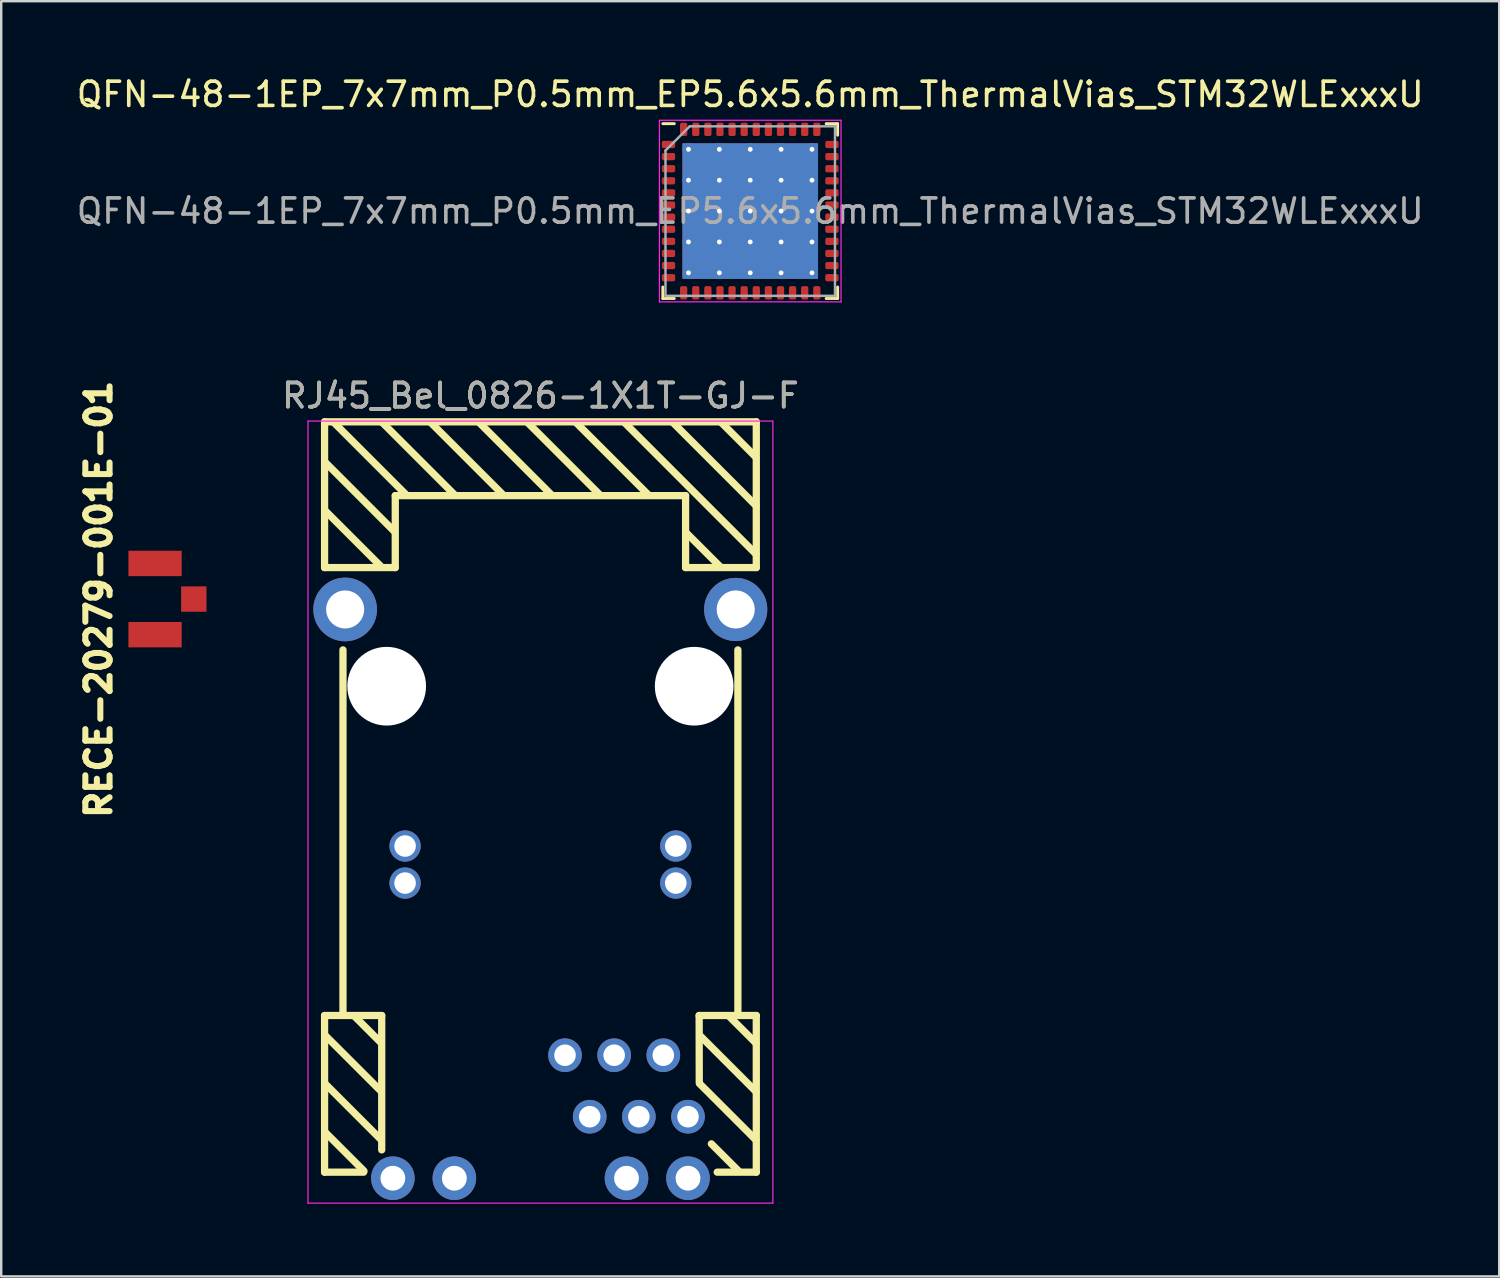
<source format=kicad_pcb>
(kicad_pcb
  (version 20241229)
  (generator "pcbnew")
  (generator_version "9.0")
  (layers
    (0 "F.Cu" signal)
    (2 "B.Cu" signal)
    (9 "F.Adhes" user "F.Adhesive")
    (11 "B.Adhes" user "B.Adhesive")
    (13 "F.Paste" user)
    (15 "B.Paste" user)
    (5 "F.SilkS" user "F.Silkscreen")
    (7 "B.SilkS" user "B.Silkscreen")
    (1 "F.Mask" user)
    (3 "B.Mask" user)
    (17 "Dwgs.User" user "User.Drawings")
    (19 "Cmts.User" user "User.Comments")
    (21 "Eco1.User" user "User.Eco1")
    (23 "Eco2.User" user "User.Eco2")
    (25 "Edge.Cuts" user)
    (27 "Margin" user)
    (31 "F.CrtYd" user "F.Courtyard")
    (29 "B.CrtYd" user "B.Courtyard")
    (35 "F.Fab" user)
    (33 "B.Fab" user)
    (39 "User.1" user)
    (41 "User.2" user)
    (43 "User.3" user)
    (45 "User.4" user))
  (footprint "QFN-48-1EP_7x7mm_P0.5mm_EP5.6x5.6mm_ThermalVias_STM32WLExxxU"
    (layer "F.Cu")
    (at 27.935 5.668)
    (property "Reference" "QFN-48-1EP_7x7mm_P0.5mm_EP5.6x5.6mm_ThermalVias_STM32WLExxxU" (at 0 -4.82 0) (layer "F.SilkS") (effects (font (size 1 1) (thickness 0.15))))
    (attr smd)
    (fp_line (start -3.61 3.61) (end -3.61 3.135) (stroke (width 0.12) (type solid)) (layer "F.SilkS"))
    (fp_line (start -3.135 -3.61) (end -3.61 -3.61) (stroke (width 0.12) (type solid)) (layer "F.SilkS"))
    (fp_line (start -3.135 3.61) (end -3.61 3.61) (stroke (width 0.12) (type solid)) (layer "F.SilkS"))
    (fp_line (start 3.135 -3.61) (end 3.61 -3.61) (stroke (width 0.12) (type solid)) (layer "F.SilkS"))
    (fp_line (start 3.135 3.61) (end 3.61 3.61) (stroke (width 0.12) (type solid)) (layer "F.SilkS"))
    (fp_line (start 3.61 -3.61) (end 3.61 -3.135) (stroke (width 0.12) (type solid)) (layer "F.SilkS"))
    (fp_line (start 3.61 3.61) (end 3.61 3.135) (stroke (width 0.12) (type solid)) (layer "F.SilkS"))
    (fp_line (start -3.75 -3.75) (end -3.75 3.75) (stroke (width 0.05) (type solid)) (layer "F.CrtYd"))
    (fp_line (start -3.75 3.75) (end 3.75 3.75) (stroke (width 0.05) (type solid)) (layer "F.CrtYd"))
    (fp_line (start 3.75 -3.75) (end -3.75 -3.75) (stroke (width 0.05) (type solid)) (layer "F.CrtYd"))
    (fp_line (start 3.75 3.75) (end 3.75 -3.75) (stroke (width 0.05) (type solid)) (layer "F.CrtYd"))
    (fp_line (start -3.5 -2.5) (end -2.5 -3.5) (stroke (width 0.1) (type solid)) (layer "F.Fab"))
    (fp_line (start -3.5 3.5) (end -3.5 -2.5) (stroke (width 0.1) (type solid)) (layer "F.Fab"))
    (fp_line (start -2.5 -3.5) (end 3.5 -3.5) (stroke (width 0.1) (type solid)) (layer "F.Fab"))
    (fp_line (start 3.5 -3.5) (end 3.5 3.5) (stroke (width 0.1) (type solid)) (layer "F.Fab"))
    (fp_line (start 3.5 3.5) (end -3.5 3.5) (stroke (width 0.1) (type solid)) (layer "F.Fab"))
    (fp_text user "${REFERENCE}" (at 0 0 0) (layer "F.Fab") (effects (font (size 1 1) (thickness 0.15))))
    (pad "" smd roundrect (at -1.913 -1.913) (size 0.8 0.8) (layers "F.Paste") (roundrect_rratio 0.231))
    (pad "" smd roundrect (at -1.913 -0.637) (size 0.8 0.8) (layers "F.Paste") (roundrect_rratio 0.231))
    (pad "" smd roundrect (at -1.913 0.637) (size 0.8 0.8) (layers "F.Paste") (roundrect_rratio 0.231))
    (pad "" smd roundrect (at -1.913 1.913) (size 0.8 0.8) (layers "F.Paste") (roundrect_rratio 0.231))
    (pad "" smd roundrect (at -0.637 -1.913) (size 0.8 0.8) (layers "F.Paste") (roundrect_rratio 0.231))
    (pad "" smd roundrect (at -0.637 -0.637) (size 0.8 0.8) (layers "F.Paste") (roundrect_rratio 0.231))
    (pad "" smd roundrect (at -0.637 0.637) (size 0.8 0.8) (layers "F.Paste") (roundrect_rratio 0.231))
    (pad "" smd roundrect (at -0.637 1.913) (size 0.8 0.8) (layers "F.Paste") (roundrect_rratio 0.231))
    (pad "" smd roundrect (at 0.637 -1.913) (size 0.8 0.8) (layers "F.Paste") (roundrect_rratio 0.231))
    (pad "" smd roundrect (at 0.637 -0.637) (size 0.8 0.8) (layers "F.Paste") (roundrect_rratio 0.231))
    (pad "" smd roundrect (at 0.637 0.637) (size 0.8 0.8) (layers "F.Paste") (roundrect_rratio 0.231))
    (pad "" smd roundrect (at 0.637 1.913) (size 0.8 0.8) (layers "F.Paste") (roundrect_rratio 0.231))
    (pad "" smd roundrect (at 1.913 -1.913) (size 0.8 0.8) (layers "F.Paste") (roundrect_rratio 0.231))
    (pad "" smd roundrect (at 1.913 -0.637) (size 0.8 0.8) (layers "F.Paste") (roundrect_rratio 0.231))
    (pad "" smd roundrect (at 1.913 0.637) (size 0.8 0.8) (layers "F.Paste") (roundrect_rratio 0.231))
    (pad "" smd roundrect (at 1.913 1.913) (size 0.8 0.8) (layers "F.Paste") (roundrect_rratio 0.231))
    (pad "1" smd roundrect (at -3.375 -2.75) (size 0.55 0.3) (layers "F.Cu" "F.Mask" "F.Paste") (roundrect_rratio 0.25))
    (pad "2" smd roundrect (at -3.375 -2.25) (size 0.55 0.3) (layers "F.Cu" "F.Mask" "F.Paste") (roundrect_rratio 0.25))
    (pad "3" smd roundrect (at -3.375 -1.75) (size 0.55 0.3) (layers "F.Cu" "F.Mask" "F.Paste") (roundrect_rratio 0.25))
    (pad "4" smd roundrect (at -3.375 -1.25) (size 0.55 0.3) (layers "F.Cu" "F.Mask" "F.Paste") (roundrect_rratio 0.25))
    (pad "5" smd roundrect (at -3.375 -0.75) (size 0.55 0.3) (layers "F.Cu" "F.Mask" "F.Paste") (roundrect_rratio 0.25))
    (pad "6" smd roundrect (at -3.375 -0.25) (size 0.55 0.3) (layers "F.Cu" "F.Mask" "F.Paste") (roundrect_rratio 0.25))
    (pad "7" smd roundrect (at -3.375 0.25) (size 0.55 0.3) (layers "F.Cu" "F.Mask" "F.Paste") (roundrect_rratio 0.25))
    (pad "8" smd roundrect (at -3.375 0.75) (size 0.55 0.3) (layers "F.Cu" "F.Mask" "F.Paste") (roundrect_rratio 0.25))
    (pad "9" smd roundrect (at -3.375 1.25) (size 0.55 0.3) (layers "F.Cu" "F.Mask" "F.Paste") (roundrect_rratio 0.25))
    (pad "10" smd roundrect (at -3.375 1.75) (size 0.55 0.3) (layers "F.Cu" "F.Mask" "F.Paste") (roundrect_rratio 0.25))
    (pad "11" smd roundrect (at -3.375 2.25) (size 0.55 0.3) (layers "F.Cu" "F.Mask" "F.Paste") (roundrect_rratio 0.25))
    (pad "12" smd roundrect (at -3.375 2.75) (size 0.55 0.3) (layers "F.Cu" "F.Mask" "F.Paste") (roundrect_rratio 0.25))
    (pad "13" smd roundrect (at -2.75 3.375) (size 0.3 0.55) (layers "F.Cu" "F.Mask" "F.Paste") (roundrect_rratio 0.25))
    (pad "14" smd roundrect (at -2.25 3.375) (size 0.3 0.55) (layers "F.Cu" "F.Mask" "F.Paste") (roundrect_rratio 0.25))
    (pad "15" smd roundrect (at -1.75 3.375) (size 0.3 0.55) (layers "F.Cu" "F.Mask" "F.Paste") (roundrect_rratio 0.25))
    (pad "16" smd roundrect (at -1.25 3.375) (size 0.3 0.55) (layers "F.Cu" "F.Mask" "F.Paste") (roundrect_rratio 0.25))
    (pad "17" smd roundrect (at -0.75 3.375) (size 0.3 0.55) (layers "F.Cu" "F.Mask" "F.Paste") (roundrect_rratio 0.25))
    (pad "18" smd roundrect (at -0.25 3.375) (size 0.3 0.55) (layers "F.Cu" "F.Mask" "F.Paste") (roundrect_rratio 0.25))
    (pad "19" smd roundrect (at 0.25 3.375) (size 0.3 0.55) (layers "F.Cu" "F.Mask" "F.Paste") (roundrect_rratio 0.25))
    (pad "20" smd roundrect (at 0.75 3.375) (size 0.3 0.55) (layers "F.Cu" "F.Mask" "F.Paste") (roundrect_rratio 0.25))
    (pad "21" smd roundrect (at 1.25 3.375) (size 0.3 0.55) (layers "F.Cu" "F.Mask" "F.Paste") (roundrect_rratio 0.25))
    (pad "22" smd roundrect (at 1.75 3.375) (size 0.3 0.55) (layers "F.Cu" "F.Mask" "F.Paste") (roundrect_rratio 0.25))
    (pad "23" smd roundrect (at 2.25 3.375) (size 0.3 0.55) (layers "F.Cu" "F.Mask" "F.Paste") (roundrect_rratio 0.25))
    (pad "24" smd roundrect (at 2.75 3.375) (size 0.3 0.55) (layers "F.Cu" "F.Mask" "F.Paste") (roundrect_rratio 0.25))
    (pad "25" smd roundrect (at 3.375 2.75) (size 0.55 0.3) (layers "F.Cu" "F.Mask" "F.Paste") (roundrect_rratio 0.25))
    (pad "26" smd roundrect (at 3.375 2.25) (size 0.55 0.3) (layers "F.Cu" "F.Mask" "F.Paste") (roundrect_rratio 0.25))
    (pad "27" smd roundrect (at 3.375 1.75) (size 0.55 0.3) (layers "F.Cu" "F.Mask" "F.Paste") (roundrect_rratio 0.25))
    (pad "28" smd roundrect (at 3.375 1.25) (size 0.55 0.3) (layers "F.Cu" "F.Mask" "F.Paste") (roundrect_rratio 0.25))
    (pad "29" smd roundrect (at 3.375 0.75) (size 0.55 0.3) (layers "F.Cu" "F.Mask" "F.Paste") (roundrect_rratio 0.25))
    (pad "30" smd roundrect (at 3.375 0.25) (size 0.55 0.3) (layers "F.Cu" "F.Mask" "F.Paste") (roundrect_rratio 0.25))
    (pad "31" smd roundrect (at 3.375 -0.25) (size 0.55 0.3) (layers "F.Cu" "F.Mask" "F.Paste") (roundrect_rratio 0.25))
    (pad "32" smd roundrect (at 3.375 -0.75) (size 0.55 0.3) (layers "F.Cu" "F.Mask" "F.Paste") (roundrect_rratio 0.25))
    (pad "33" smd roundrect (at 3.375 -1.25) (size 0.55 0.3) (layers "F.Cu" "F.Mask" "F.Paste") (roundrect_rratio 0.25))
    (pad "34" smd roundrect (at 3.375 -1.75) (size 0.55 0.3) (layers "F.Cu" "F.Mask" "F.Paste") (roundrect_rratio 0.25))
    (pad "35" smd roundrect (at 3.375 -2.25) (size 0.55 0.3) (layers "F.Cu" "F.Mask" "F.Paste") (roundrect_rratio 0.25))
    (pad "36" smd roundrect (at 3.375 -2.75) (size 0.55 0.3) (layers "F.Cu" "F.Mask" "F.Paste") (roundrect_rratio 0.25))
    (pad "37" smd roundrect (at 2.75 -3.375) (size 0.3 0.55) (layers "F.Cu" "F.Mask" "F.Paste") (roundrect_rratio 0.25))
    (pad "38" smd roundrect (at 2.25 -3.375) (size 0.3 0.55) (layers "F.Cu" "F.Mask" "F.Paste") (roundrect_rratio 0.25))
    (pad "39" smd roundrect (at 1.75 -3.375) (size 0.3 0.55) (layers "F.Cu" "F.Mask" "F.Paste") (roundrect_rratio 0.25))
    (pad "40" smd roundrect (at 1.25 -3.375) (size 0.3 0.55) (layers "F.Cu" "F.Mask" "F.Paste") (roundrect_rratio 0.25))
    (pad "41" smd roundrect (at 0.75 -3.375) (size 0.3 0.55) (layers "F.Cu" "F.Mask" "F.Paste") (roundrect_rratio 0.25))
    (pad "42" smd roundrect (at 0.25 -3.375) (size 0.3 0.55) (layers "F.Cu" "F.Mask" "F.Paste") (roundrect_rratio 0.25))
    (pad "43" smd roundrect (at -0.25 -3.375) (size 0.3 0.55) (layers "F.Cu" "F.Mask" "F.Paste") (roundrect_rratio 0.25))
    (pad "44" smd roundrect (at -0.75 -3.375) (size 0.3 0.55) (layers "F.Cu" "F.Mask" "F.Paste") (roundrect_rratio 0.25))
    (pad "45" smd roundrect (at -1.25 -3.375) (size 0.3 0.55) (layers "F.Cu" "F.Mask" "F.Paste") (roundrect_rratio 0.25))
    (pad "46" smd roundrect (at -1.75 -3.375) (size 0.3 0.55) (layers "F.Cu" "F.Mask" "F.Paste") (roundrect_rratio 0.25))
    (pad "47" smd roundrect (at -2.25 -3.375) (size 0.3 0.55) (layers "F.Cu" "F.Mask" "F.Paste") (roundrect_rratio 0.25))
    (pad "48" smd roundrect (at -2.75 -3.375) (size 0.3 0.55) (layers "F.Cu" "F.Mask" "F.Paste") (roundrect_rratio 0.25))
    (pad "49" thru_hole circle (at -2.55 -2.55) (size 0.5 0.5) (drill 0.2) (layers "*.Cu"))
    (pad "49" thru_hole circle (at -2.55 -1.275) (size 0.5 0.5) (drill 0.2) (layers "*.Cu"))
    (pad "49" thru_hole circle (at -2.55 0) (size 0.5 0.5) (drill 0.2) (layers "*.Cu"))
    (pad "49" thru_hole circle (at -2.55 1.275) (size 0.5 0.5) (drill 0.2) (layers "*.Cu"))
    (pad "49" thru_hole circle (at -2.55 2.55) (size 0.5 0.5) (drill 0.2) (layers "*.Cu"))
    (pad "49" thru_hole circle (at -1.275 -2.55) (size 0.5 0.5) (drill 0.2) (layers "*.Cu"))
    (pad "49" thru_hole circle (at -1.275 -1.275) (size 0.5 0.5) (drill 0.2) (layers "*.Cu"))
    (pad "49" thru_hole circle (at -1.275 0) (size 0.5 0.5) (drill 0.2) (layers "*.Cu"))
    (pad "49" thru_hole circle (at -1.275 1.275) (size 0.5 0.5) (drill 0.2) (layers "*.Cu"))
    (pad "49" thru_hole circle (at -1.275 2.55) (size 0.5 0.5) (drill 0.2) (layers "*.Cu"))
    (pad "49" thru_hole circle (at 0 -2.55) (size 0.5 0.5) (drill 0.2) (layers "*.Cu"))
    (pad "49" thru_hole circle (at 0 -1.275) (size 0.5 0.5) (drill 0.2) (layers "*.Cu"))
    (pad "49" thru_hole circle (at 0 0) (size 0.5 0.5) (drill 0.2) (layers "*.Cu"))
    (pad "49" smd rect (at 0 0) (size 5.6 5.6) (layers "F.Cu" "F.Mask"))
    (pad "49" smd rect (at 0 0) (size 5.6 5.6) (layers "B.Cu"))
    (pad "49" thru_hole circle (at 0 1.275) (size 0.5 0.5) (drill 0.2) (layers "*.Cu"))
    (pad "49" thru_hole circle (at 0 2.55) (size 0.5 0.5) (drill 0.2) (layers "*.Cu"))
    (pad "49" thru_hole circle (at 1.275 -2.55) (size 0.5 0.5) (drill 0.2) (layers "*.Cu"))
    (pad "49" thru_hole circle (at 1.275 -1.275) (size 0.5 0.5) (drill 0.2) (layers "*.Cu"))
    (pad "49" thru_hole circle (at 1.275 0) (size 0.5 0.5) (drill 0.2) (layers "*.Cu"))
    (pad "49" thru_hole circle (at 1.275 1.275) (size 0.5 0.5) (drill 0.2) (layers "*.Cu"))
    (pad "49" thru_hole circle (at 1.275 2.55) (size 0.5 0.5) (drill 0.2) (layers "*.Cu"))
    (pad "49" thru_hole circle (at 2.55 -2.55) (size 0.5 0.5) (drill 0.2) (layers "*.Cu"))
    (pad "49" thru_hole circle (at 2.55 -1.275) (size 0.5 0.5) (drill 0.2) (layers "*.Cu"))
    (pad "49" thru_hole circle (at 2.55 0) (size 0.5 0.5) (drill 0.2) (layers "*.Cu"))
    (pad "49" thru_hole circle (at 2.55 1.275) (size 0.5 0.5) (drill 0.2) (layers "*.Cu"))
    (pad "49" thru_hole circle (at 2.55 2.55) (size 0.5 0.5) (drill 0.2) (layers "*.Cu")))
  (footprint "RECE-20279-001E-01"
    (layer "F.Cu")
    (at 3.354 21.691)
    (property "Reference" "RECE-20279-001E-01" (at -2.329 0.01 90) (layer "F.SilkS") (effects (font (size 1.001 1.001) (thickness 0.251))))
    (attr through_hole)
    (pad "1" smd rect (at 1.6 0) (size 1.049 1.049) (layers "F.Cu" "F.Mask" "F.Paste"))
    (pad "2" smd rect (at 0 -1.471) (size 2.2 1.049) (layers "F.Cu" "F.Mask" "F.Paste"))
    (pad "3" smd rect (at 0 1.471) (size 2.2 1.049) (layers "F.Cu" "F.Mask" "F.Paste")))
  (footprint "RJ45_Bel_0826-1X1T-GJ-F"
    (layer "F.Cu")
    (at 19.27 25.291)
    (property "Reference" "RJ45_Bel_0826-1X1T-GJ-F" (at 0 -12 0) (layer "F.SilkS") (effects (font (size 1 1) (thickness 0.15))))
    (attr through_hole)
    (fp_line (start -8.915 -10.92) (end -8.915 -4.9) (stroke (width 0.3) (type solid)) (layer "F.SilkS"))
    (fp_line (start -8.915 -10.92) (end 8.915 -10.92) (stroke (width 0.3) (type solid)) (layer "F.SilkS"))
    (fp_line (start -8.915 -4.9) (end -5.995 -4.9) (stroke (width 0.3) (type solid)) (layer "F.SilkS"))
    (fp_line (start -8.915 13.6) (end -6.555 13.6) (stroke (width 0.3) (type solid)) (layer "F.SilkS"))
    (fp_line (start -8.915 20.07) (end -8.915 13.6) (stroke (width 0.3) (type solid)) (layer "F.SilkS"))
    (fp_line (start -8.915 20.07) (end -7.3 20.07) (stroke (width 0.3) (type solid)) (layer "F.SilkS"))
    (fp_line (start -8.91 14.4) (end -6.59 16.72) (stroke (width 0.3) (type solid)) (layer "F.SilkS"))
    (fp_line (start -8.91 16.4) (end -6.59 18.72) (stroke (width 0.3) (type solid)) (layer "F.SilkS"))
    (fp_line (start -8.91 18.4) (end -7.29 20.02) (stroke (width 0.3) (type solid)) (layer "F.SilkS"))
    (fp_line (start -8.89 -9.25) (end -6.03 -6.39) (stroke (width 0.3) (type solid)) (layer "F.SilkS"))
    (fp_line (start -8.89 -7.25) (end -6.57 -4.93) (stroke (width 0.3) (type solid)) (layer "F.SilkS"))
    (fp_line (start -8.53 -10.89) (end -5.54 -7.9) (stroke (width 0.3) (type solid)) (layer "F.SilkS"))
    (fp_line (start -8.155 -1.5) (end -8.155 13.58) (stroke (width 0.3) (type solid)) (layer "F.SilkS"))
    (fp_line (start -7.67 13.64) (end -6.59 14.72) (stroke (width 0.3) (type solid)) (layer "F.SilkS"))
    (fp_line (start -6.555 19.15) (end -6.555 13.6) (stroke (width 0.3) (type solid)) (layer "F.SilkS"))
    (fp_line (start -6.53 -10.89) (end -3.54 -7.9) (stroke (width 0.3) (type solid)) (layer "F.SilkS"))
    (fp_line (start -5.995 -7.87) (end -5.995 -4.9) (stroke (width 0.3) (type solid)) (layer "F.SilkS"))
    (fp_line (start -5.995 -7.87) (end 5.995 -7.87) (stroke (width 0.3) (type solid)) (layer "F.SilkS"))
    (fp_line (start -4.53 -10.89) (end -1.54 -7.9) (stroke (width 0.3) (type solid)) (layer "F.SilkS"))
    (fp_line (start -2.53 -10.89) (end 0.46 -7.9) (stroke (width 0.3) (type solid)) (layer "F.SilkS"))
    (fp_line (start -0.53 -10.89) (end 2.46 -7.9) (stroke (width 0.3) (type solid)) (layer "F.SilkS"))
    (fp_line (start 1.47 -10.89) (end 4.46 -7.9) (stroke (width 0.3) (type solid)) (layer "F.SilkS"))
    (fp_line (start 3.47 -10.89) (end 8.9 -5.46) (stroke (width 0.3) (type solid)) (layer "F.SilkS"))
    (fp_line (start 5.47 -10.89) (end 8.9 -7.46) (stroke (width 0.3) (type solid)) (layer "F.SilkS"))
    (fp_line (start 5.995 -7.87) (end 5.995 -4.9) (stroke (width 0.3) (type solid)) (layer "F.SilkS"))
    (fp_line (start 6.02 -6.34) (end 7.42 -4.94) (stroke (width 0.3) (type solid)) (layer "F.SilkS"))
    (fp_line (start 6.555 13.6) (end 8.915 13.6) (stroke (width 0.3) (type solid)) (layer "F.SilkS"))
    (fp_line (start 6.56 16.39) (end 6.555 13.6) (stroke (width 0.3) (type solid)) (layer "F.SilkS"))
    (fp_line (start 6.58 14.42) (end 8.9 16.74) (stroke (width 0.3) (type solid)) (layer "F.SilkS"))
    (fp_line (start 6.58 16.42) (end 8.9 18.74) (stroke (width 0.3) (type solid)) (layer "F.SilkS"))
    (fp_line (start 7.06 18.9) (end 8.2 20.04) (stroke (width 0.3) (type solid)) (layer "F.SilkS"))
    (fp_line (start 7.3 20.07) (end 8.915 20.07) (stroke (width 0.3) (type solid)) (layer "F.SilkS"))
    (fp_line (start 7.47 -10.89) (end 8.89 -9.47) (stroke (width 0.3) (type solid)) (layer "F.SilkS"))
    (fp_line (start 7.82 13.66) (end 8.9 14.74) (stroke (width 0.3) (type solid)) (layer "F.SilkS"))
    (fp_line (start 8.155 -1.5) (end 8.155 13.58) (stroke (width 0.3) (type solid)) (layer "F.SilkS"))
    (fp_line (start 8.915 -4.9) (end 5.995 -4.9) (stroke (width 0.3) (type solid)) (layer "F.SilkS"))
    (fp_line (start 8.915 -4.9) (end 8.915 -10.92) (stroke (width 0.3) (type solid)) (layer "F.SilkS"))
    (fp_line (start 8.915 20.07) (end 8.915 13.6) (stroke (width 0.3) (type solid)) (layer "F.SilkS"))
    (fp_line (start -9.6 -10.95) (end 9.6 -10.95) (stroke (width 0.05) (type solid)) (layer "F.CrtYd"))
    (fp_line (start -9.6 21.35) (end -9.6 -10.95) (stroke (width 0.05) (type solid)) (layer "F.CrtYd"))
    (fp_line (start -9.6 21.35) (end 9.6 21.35) (stroke (width 0.05) (type solid)) (layer "F.CrtYd"))
    (fp_line (start 9.6 21.35) (end 9.6 -10.95) (stroke (width 0.05) (type solid)) (layer "F.CrtYd"))
    (fp_text user "${REFERENCE}" (at 0 -12 0) (layer "F.Fab") (effects (font (size 1 1) (thickness 0.15))))
    (pad "" np_thru_hole circle (at -6.35 0 270) (size 3.25 3.25) (drill 3.25) (layers "*.Cu" "*.Mask"))
    (pad "" np_thru_hole circle (at 6.35 0 270) (size 3.25 3.25) (drill 3.25) (layers "*.Cu" "*.Mask"))
    (pad "4" thru_hole circle (at 1.015 15.24 270) (size 1.39 1.39) (drill 0.89) (layers "*.Cu" "*.Mask"))
    (pad "5" thru_hole circle (at 3.045 15.24 270) (size 1.39 1.39) (drill 0.89) (layers "*.Cu" "*.Mask"))
    (pad "6" thru_hole circle (at 5.075 15.24 270) (size 1.39 1.39) (drill 0.89) (layers "*.Cu" "*.Mask"))
    (pad "10" thru_hole circle (at 2.035 17.78 270) (size 1.39 1.39) (drill 0.89) (layers "*.Cu" "*.Mask"))
    (pad "11" thru_hole circle (at 4.065 17.78 270) (size 1.39 1.39) (drill 0.89) (layers "*.Cu" "*.Mask"))
    (pad "12" thru_hole circle (at 6.095 17.78 270) (size 1.39 1.39) (drill 0.89) (layers "*.Cu" "*.Mask"))
    (pad "13" thru_hole circle (at -5.59 8.13 270) (size 1.29 1.29) (drill 0.89) (layers "*.Cu" "*.Mask"))
    (pad "14" thru_hole circle (at 5.59 8.13 270) (size 1.29 1.29) (drill 0.89) (layers "*.Cu" "*.Mask"))
    (pad "15" thru_hole circle (at -5.59 6.6 270) (size 1.29 1.29) (drill 0.89) (layers "*.Cu" "*.Mask"))
    (pad "16" thru_hole circle (at 5.59 6.6 270) (size 1.29 1.29) (drill 0.89) (layers "*.Cu" "*.Mask"))
    (pad "17" thru_hole circle (at -6.095 20.32 270) (size 1.8 1.8) (drill 1.025) (layers "*.Cu" "*.Mask"))
    (pad "18" thru_hole circle (at -3.555 20.32 270) (size 1.8 1.8) (drill 1.025) (layers "*.Cu" "*.Mask"))
    (pad "19" thru_hole circle (at 3.555 20.32 270) (size 1.8 1.8) (drill 1.025) (layers "*.Cu" "*.Mask"))
    (pad "20" thru_hole circle (at 6.095 20.32 270) (size 1.8 1.8) (drill 1.025) (layers "*.Cu" "*.Mask"))
    (pad "SH" thru_hole circle (at -8.065 -3.17 270) (size 2.63 2.63) (drill 1.57) (layers "*.Cu" "*.Mask"))
    (pad "SH" thru_hole circle (at 8.065 -3.17 270) (size 2.61 2.61) (drill 1.57) (layers "*.Cu" "*.Mask")))
  (gr_rect
    (start -3 -3)
    (end 58.869 49.666)
    (stroke (width 0.1) (type default))
    (fill no)
    (layer "Edge.Cuts")))
</source>
